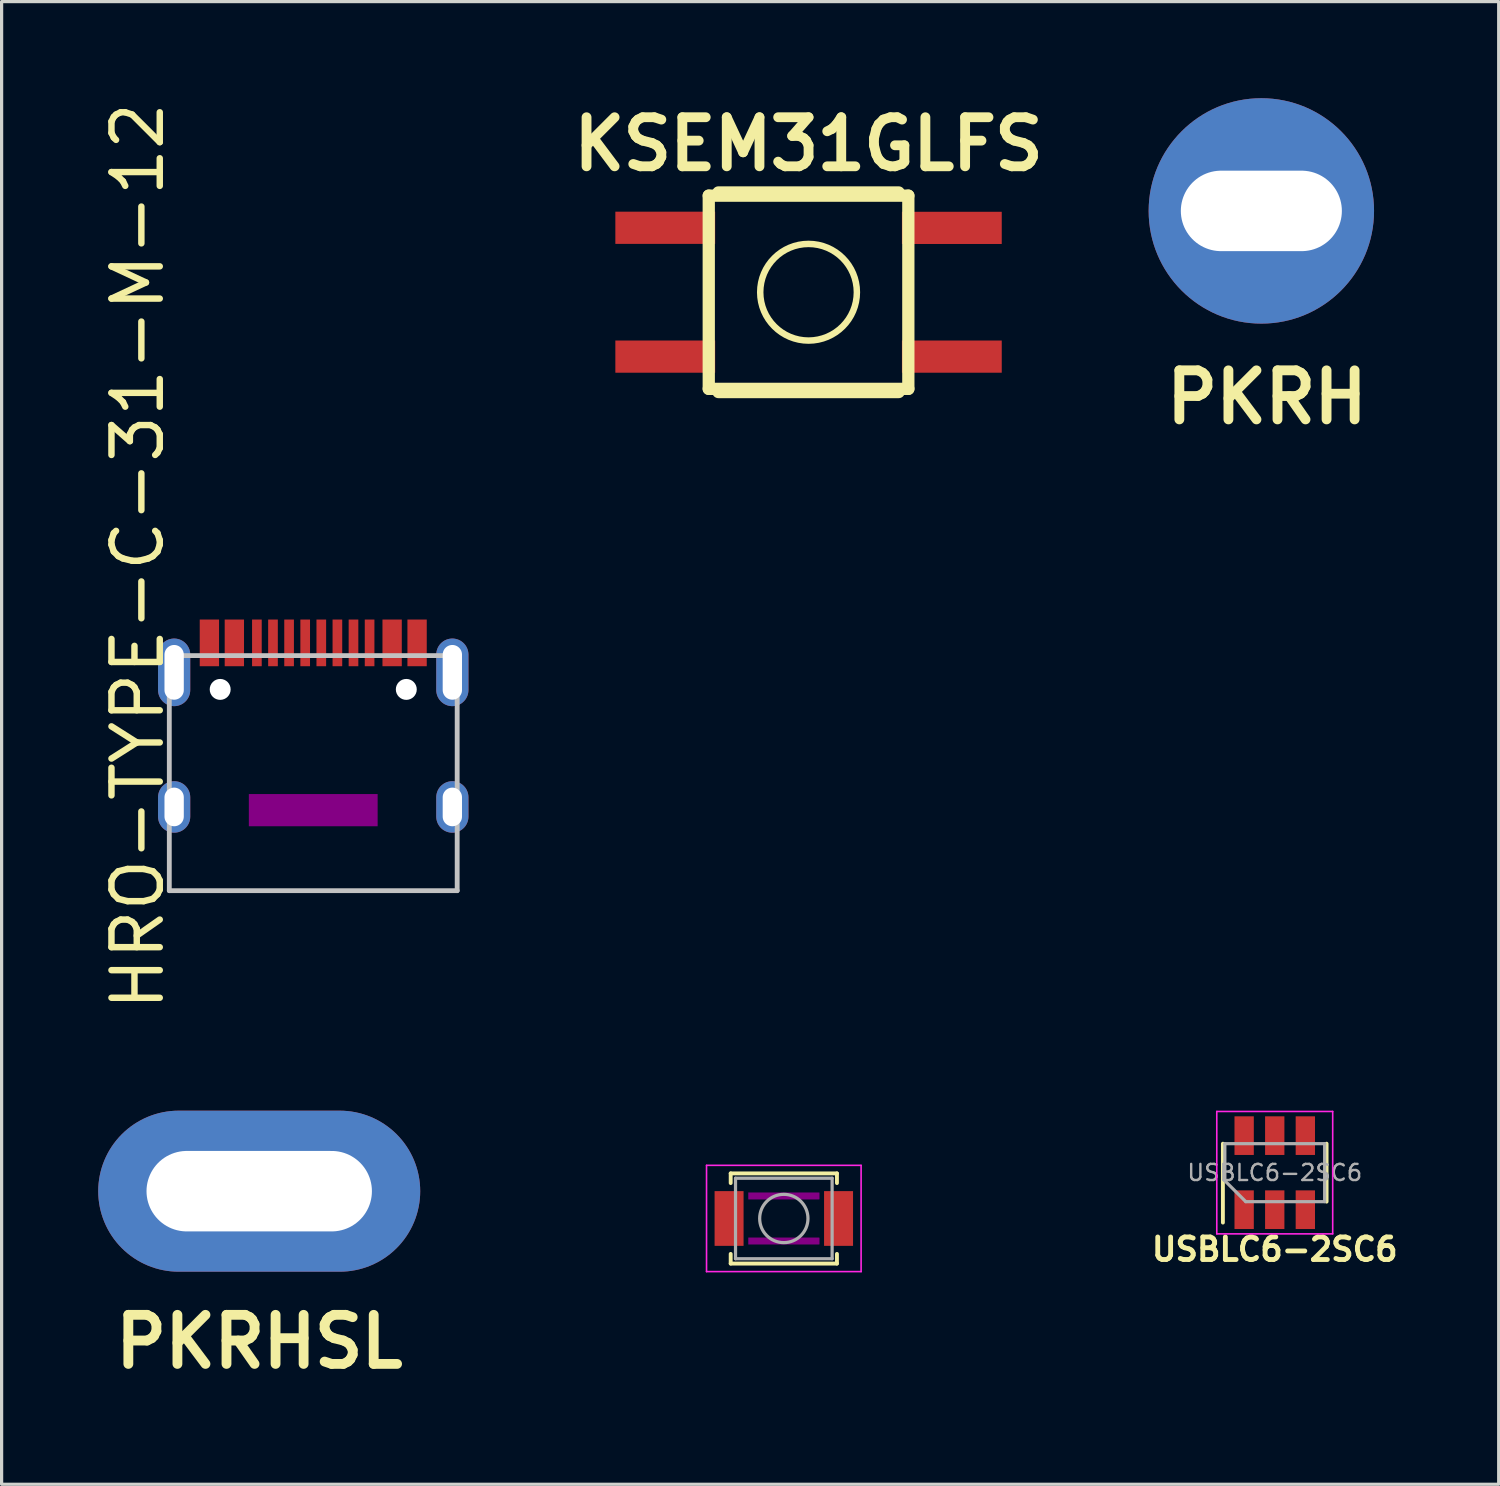
<source format=kicad_pcb>
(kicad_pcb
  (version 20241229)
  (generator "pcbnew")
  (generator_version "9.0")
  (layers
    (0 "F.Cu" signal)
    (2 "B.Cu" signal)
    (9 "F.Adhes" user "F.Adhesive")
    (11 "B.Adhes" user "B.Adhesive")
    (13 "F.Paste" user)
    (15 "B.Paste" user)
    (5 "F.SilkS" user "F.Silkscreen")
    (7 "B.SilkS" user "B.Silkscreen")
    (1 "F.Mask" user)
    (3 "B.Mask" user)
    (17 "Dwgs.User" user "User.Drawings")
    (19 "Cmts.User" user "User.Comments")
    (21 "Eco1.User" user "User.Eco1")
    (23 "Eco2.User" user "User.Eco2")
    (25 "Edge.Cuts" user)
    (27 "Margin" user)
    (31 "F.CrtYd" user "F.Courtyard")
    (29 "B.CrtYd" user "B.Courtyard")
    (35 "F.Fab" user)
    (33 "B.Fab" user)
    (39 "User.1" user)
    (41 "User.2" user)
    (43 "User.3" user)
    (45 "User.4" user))
  (footprint "USBLC6-2SC6"
    (layer "F.Cu")
    (at 36.538 33.368)
    (property "Reference" "USBLC6-2SC6" (at 0 2.381 180) (layer "F.SilkS") (effects (font (size 0.7 0.7) (thickness 0.15))))
    (attr smd)
    (fp_line (start -1.61 -0.9) (end -1.61 1.55) (stroke (width 0.12) (type solid)) (layer "F.SilkS"))
    (fp_line (start 1.61 0.9) (end 1.61 -0.9) (stroke (width 0.12) (type solid)) (layer "F.SilkS"))
    (fp_line (start -1.8 -1.9) (end -1.8 1.9) (stroke (width 0.05) (type solid)) (layer "F.CrtYd"))
    (fp_line (start -1.8 1.9) (end 1.8 1.9) (stroke (width 0.05) (type solid)) (layer "F.CrtYd"))
    (fp_line (start 1.8 -1.9) (end -1.8 -1.9) (stroke (width 0.05) (type solid)) (layer "F.CrtYd"))
    (fp_line (start 1.8 1.9) (end 1.8 -1.9) (stroke (width 0.05) (type solid)) (layer "F.CrtYd"))
    (fp_line (start -1.55 -0.9) (end -1.55 0.25) (stroke (width 0.1) (type solid)) (layer "F.Fab"))
    (fp_line (start -1.55 -0.9) (end 1.55 -0.9) (stroke (width 0.1) (type solid)) (layer "F.Fab"))
    (fp_line (start -0.9 0.9) (end -1.55 0.25) (stroke (width 0.1) (type solid)) (layer "F.Fab"))
    (fp_line (start -0.9 0.9) (end 1.55 0.9) (stroke (width 0.1) (type solid)) (layer "F.Fab"))
    (fp_line (start 1.55 -0.9) (end 1.55 0.9) (stroke (width 0.1) (type solid)) (layer "F.Fab"))
    (fp_text user "${REFERENCE}" (at 0 0 180) (layer "F.Fab") (effects (font (size 0.5 0.5) (thickness 0.075))))
    (pad "1" smd rect (at -0.95 1.15) (size 0.6 1.2) (layers "F.Cu" "F.Mask" "F.Paste"))
    (pad "2" smd rect (at 0 1.15) (size 0.6 1.2) (layers "F.Cu" "F.Mask" "F.Paste"))
    (pad "3" smd rect (at 0.95 1.15) (size 0.6 1.2) (layers "F.Cu" "F.Mask" "F.Paste"))
    (pad "4" smd rect (at 0.95 -1.15) (size 0.6 1.2) (layers "F.Cu" "F.Mask" "F.Paste"))
    (pad "5" smd rect (at 0 -1.15) (size 0.6 1.2) (layers "F.Cu" "F.Mask" "F.Paste"))
    (pad "6" smd rect (at -0.95 -1.15) (size 0.6 1.2) (layers "F.Cu" "F.Mask" "F.Paste")))
  (footprint "KSEM31GLFS"
    (layer "F.Cu")
    (at 22.06 6.026)
    (property "Reference" "KSEM31GLFS" (at 0 -4.6 180) (layer "F.SilkS") (effects (font (size 1.524 1.524) (thickness 0.305))))
    (attr smd)
    (fp_line (start -3.099 -3) (end 3.099 -3) (stroke (width 0.381) (type solid)) (layer "F.SilkS"))
    (fp_line (start -3.099 3) (end -3.099 -3) (stroke (width 0.381) (type solid)) (layer "F.SilkS"))
    (fp_line (start -2.799 -3.099) (end 2.799 -3.099) (stroke (width 0.381) (type solid)) (layer "F.SilkS"))
    (fp_line (start -2.799 3.099) (end 2.799 3.099) (stroke (width 0.381) (type solid)) (layer "F.SilkS"))
    (fp_line (start 3.099 -3) (end 3.099 3) (stroke (width 0.381) (type solid)) (layer "F.SilkS"))
    (fp_line (start 3.099 3) (end -3.099 3) (stroke (width 0.381) (type solid)) (layer "F.SilkS"))
    (fp_circle (center 0 0) (end 1.501 0) (stroke (width 0.201) (type solid)) (fill no) (layer "F.SilkS"))
    (pad "1" smd rect (at -4.45 -2.002) (size 3.1 1) (layers "F.Cu" "F.Mask" "F.Paste"))
    (pad "2" smd rect (at 4.45 -1.999) (size 3.1 1) (layers "F.Cu" "F.Mask" "F.Paste"))
    (pad "3" smd rect (at -4.45 1.999) (size 3.1 1) (layers "F.Cu" "F.Mask" "F.Paste"))
    (pad "4" smd rect (at 4.45 1.999) (size 3.1 1) (layers "F.Cu" "F.Mask" "F.Paste")))
  (footprint "PKRHSL"
    (layer "F.Cu")
    (at 5 33.943)
    (property "Reference" "PKRHSL" (at 0 4.675 0) (layer "F.SilkS") (effects (font (size 1.524 1.524) (thickness 0.305))))
    (attr exclude_from_pos_files exclude_from_bom)
    (pad "1" thru_hole oval (at 0 0) (size 10 5.001) (drill oval 7 2.499) (layers "*.Cu" "*.Mask")))
  (footprint "HRO-TYPE-C-31-M-12"
    (layer "F.Cu")
    (at 6.678 24.61)
    (property "Reference" "HRO-TYPE-C-31-M-12" (at -5.45 -10.388 90) (layer "F.SilkS") (effects (font (size 1.5 1.5) (thickness 0.2))))
    (attr through_hole)
    (fp_poly (pts (xy -2 -3) (xy 2 -3) (xy 2 -2) (xy -2 -2)) (stroke (width 0) (type solid)) (fill yes) (layer "F.Adhes"))
    (fp_line (start -4.47 -7.3) (end 4.47 -7.3) (stroke (width 0.15) (type solid)) (layer "Dwgs.User"))
    (fp_line (start -4.47 0) (end -4.47 -7.3) (stroke (width 0.15) (type solid)) (layer "Dwgs.User"))
    (fp_line (start -4.47 0) (end 4.47 0) (stroke (width 0.15) (type solid)) (layer "Dwgs.User"))
    (fp_line (start 4.47 0) (end 4.47 -7.3) (stroke (width 0.15) (type solid)) (layer "Dwgs.User"))
    (pad "" np_thru_hole circle (at -2.89 -6.25) (size 0.65 0.65) (drill 0.65) (layers "*.Cu" "*.Mask"))
    (pad "" np_thru_hole circle (at 2.89 -6.25) (size 0.65 0.65) (drill 0.65) (layers "*.Cu" "*.Mask"))
    (pad "1" smd rect (at -3.225 -7.695) (size 0.6 1.45) (layers "F.Cu" "F.Mask" "F.Paste"))
    (pad "2" smd rect (at -2.45 -7.695) (size 0.6 1.45) (layers "F.Cu" "F.Mask" "F.Paste"))
    (pad "3" smd rect (at -1.75 -7.695) (size 0.3 1.45) (layers "F.Cu" "F.Mask" "F.Paste"))
    (pad "4" smd rect (at -1.25 -7.695) (size 0.3 1.45) (layers "F.Cu" "F.Mask" "F.Paste"))
    (pad "5" smd rect (at -0.75 -7.695) (size 0.3 1.45) (layers "F.Cu" "F.Mask" "F.Paste"))
    (pad "6" smd rect (at -0.25 -7.695) (size 0.3 1.45) (layers "F.Cu" "F.Mask" "F.Paste"))
    (pad "7" smd rect (at 0.25 -7.695) (size 0.3 1.45) (layers "F.Cu" "F.Mask" "F.Paste"))
    (pad "8" smd rect (at 0.75 -7.695) (size 0.3 1.45) (layers "F.Cu" "F.Mask" "F.Paste"))
    (pad "9" smd rect (at 1.25 -7.695) (size 0.3 1.45) (layers "F.Cu" "F.Mask" "F.Paste"))
    (pad "10" smd rect (at 1.75 -7.695) (size 0.3 1.45) (layers "F.Cu" "F.Mask" "F.Paste"))
    (pad "11" smd rect (at 2.45 -7.695) (size 0.6 1.45) (layers "F.Cu" "F.Mask" "F.Paste"))
    (pad "12" smd rect (at 3.225 -7.695) (size 0.6 1.45) (layers "F.Cu" "F.Mask" "F.Paste"))
    (pad "13" thru_hole oval (at -4.32 -6.78) (size 1 2.1) (drill oval 0.6 1.7) (layers "*.Cu" "*.Mask"))
    (pad "13" thru_hole oval (at -4.32 -2.6) (size 1 1.6) (drill oval 0.6 1.2) (layers "*.Cu" "*.Mask"))
    (pad "13" thru_hole oval (at 4.32 -6.78) (size 1 2.1) (drill oval 0.6 1.7) (layers "*.Cu" "*.Mask"))
    (pad "13" thru_hole oval (at 4.32 -2.6) (size 1 1.6) (drill oval 0.6 1.2) (layers "*.Cu" "*.Mask")))
  (footprint "SW_SPST_B3U-1000P"
    (layer "F.Cu")
    (at 21.292 34.791)
    (property "Reference" "SW_SPST_B3U-1000P" (at 0 -2.5 0) (layer "Eco2.User") (effects (font (size 1 1) (thickness 0.15))))
    (attr smd)
    (fp_line (start -1.65 -1.4) (end 1.65 -1.4) (stroke (width 0.12) (type solid)) (layer "F.SilkS"))
    (fp_line (start -1.65 -1.1) (end -1.65 -1.4) (stroke (width 0.12) (type solid)) (layer "F.SilkS"))
    (fp_line (start -1.65 1.1) (end -1.65 1.4) (stroke (width 0.12) (type solid)) (layer "F.SilkS"))
    (fp_line (start -1.65 1.4) (end 1.65 1.4) (stroke (width 0.12) (type solid)) (layer "F.SilkS"))
    (fp_line (start 1.65 -1.4) (end 1.65 -1.1) (stroke (width 0.12) (type solid)) (layer "F.SilkS"))
    (fp_line (start 1.65 1.4) (end 1.65 1.1) (stroke (width 0.12) (type solid)) (layer "F.SilkS"))
    (fp_poly (pts (xy -1.1 -0.8) (xy 1.1 -0.8) (xy 1.1 -0.6) (xy -1.1 -0.6)) (stroke (width 0.01) (type solid)) (fill yes) (layer "F.Adhes"))
    (fp_poly (pts (xy -1.1 0.6) (xy 1.1 0.6) (xy 1.1 0.8) (xy -1.1 0.8)) (stroke (width 0.01) (type solid)) (fill yes) (layer "F.Adhes"))
    (fp_line (start -2.4 -1.65) (end -2.4 1.65) (stroke (width 0.05) (type solid)) (layer "F.CrtYd"))
    (fp_line (start -2.4 1.65) (end 2.4 1.65) (stroke (width 0.05) (type solid)) (layer "F.CrtYd"))
    (fp_line (start 2.4 -1.65) (end -2.4 -1.65) (stroke (width 0.05) (type solid)) (layer "F.CrtYd"))
    (fp_line (start 2.4 1.65) (end 2.4 -1.65) (stroke (width 0.05) (type solid)) (layer "F.CrtYd"))
    (fp_line (start -1.5 -1.25) (end 1.5 -1.25) (stroke (width 0.1) (type solid)) (layer "F.Fab"))
    (fp_line (start -1.5 1.25) (end -1.5 -1.25) (stroke (width 0.1) (type solid)) (layer "F.Fab"))
    (fp_line (start 1.5 -1.25) (end 1.5 1.25) (stroke (width 0.1) (type solid)) (layer "F.Fab"))
    (fp_line (start 1.5 1.25) (end -1.5 1.25) (stroke (width 0.1) (type solid)) (layer "F.Fab"))
    (fp_circle (center 0 0) (end 0.75 0) (stroke (width 0.1) (type solid)) (fill no) (layer "F.Fab"))
    (pad "1" smd rect (at -1.7 0) (size 0.9 1.7) (layers "F.Cu" "F.Mask" "F.Paste"))
    (pad "2" smd rect (at 1.7 0) (size 0.9 1.7) (layers "F.Cu" "F.Mask" "F.Paste")))
  (footprint "PKRH"
    (layer "F.Cu")
    (at 36.122 3.5)
    (property "Reference" "PKRH" (at 0.175 5.786 0) (layer "F.SilkS") (effects (font (size 1.524 1.524) (thickness 0.305))))
    (attr exclude_from_pos_files exclude_from_bom)
    (pad "1" thru_hole circle (at 0 0) (size 7 7) (drill oval 5.001 2.499) (layers "*.Cu" "*.Mask")))
  (gr_rect
    (start -3 -3)
    (end 43.493 43.045)
    (stroke (width 0.1) (type default))
    (fill no)
    (layer "Edge.Cuts")))
</source>
